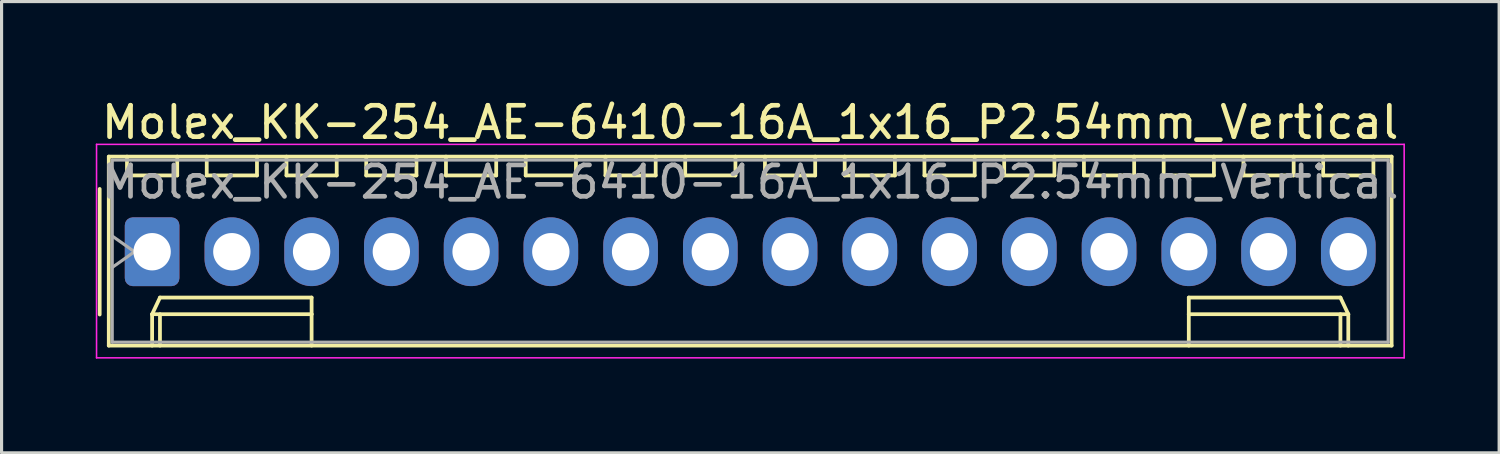
<source format=kicad_pcb>
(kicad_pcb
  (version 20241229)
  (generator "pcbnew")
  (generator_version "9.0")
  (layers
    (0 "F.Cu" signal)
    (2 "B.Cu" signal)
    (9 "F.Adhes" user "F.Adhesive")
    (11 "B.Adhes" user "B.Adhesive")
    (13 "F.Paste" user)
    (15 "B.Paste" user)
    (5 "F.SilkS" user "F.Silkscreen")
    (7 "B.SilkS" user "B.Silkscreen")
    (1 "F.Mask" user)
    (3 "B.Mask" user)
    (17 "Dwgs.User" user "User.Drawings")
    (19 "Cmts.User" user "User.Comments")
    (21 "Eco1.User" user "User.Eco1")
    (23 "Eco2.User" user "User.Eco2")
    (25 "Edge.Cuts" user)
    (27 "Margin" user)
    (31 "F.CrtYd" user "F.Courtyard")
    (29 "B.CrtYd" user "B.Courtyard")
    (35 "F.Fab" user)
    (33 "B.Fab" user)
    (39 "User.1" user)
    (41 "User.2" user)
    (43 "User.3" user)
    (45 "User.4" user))
  (footprint "Molex_KK-254_AE-6410-16A_1x16_P2.54mm_Vertical"
    (layer "F.Cu")
    (at 1.795 4.968)
    (property "Reference" "Molex_KK-254_AE-6410-16A_1x16_P2.54mm_Vertical" (at 19.05 -4.12 0) (layer "F.SilkS") (effects (font (size 1 1) (thickness 0.15))))
    (attr through_hole)
    (fp_line (start -1.67 -2) (end -1.67 2) (stroke (width 0.12) (type solid)) (layer "F.SilkS"))
    (fp_line (start -1.38 -3.03) (end -1.38 2.99) (stroke (width 0.12) (type solid)) (layer "F.SilkS"))
    (fp_line (start -1.38 2.99) (end 39.48 2.99) (stroke (width 0.12) (type solid)) (layer "F.SilkS"))
    (fp_line (start -0.8 -3.03) (end -0.8 -2.43) (stroke (width 0.12) (type solid)) (layer "F.SilkS"))
    (fp_line (start -0.8 -2.43) (end 0.8 -2.43) (stroke (width 0.12) (type solid)) (layer "F.SilkS"))
    (fp_line (start 0 1.99) (end 0.25 1.46) (stroke (width 0.12) (type solid)) (layer "F.SilkS"))
    (fp_line (start 0 1.99) (end 5.08 1.99) (stroke (width 0.12) (type solid)) (layer "F.SilkS"))
    (fp_line (start 0 2.99) (end 0 1.99) (stroke (width 0.12) (type solid)) (layer "F.SilkS"))
    (fp_line (start 0.25 1.46) (end 5.08 1.46) (stroke (width 0.12) (type solid)) (layer "F.SilkS"))
    (fp_line (start 0.25 2.99) (end 0.25 1.99) (stroke (width 0.12) (type solid)) (layer "F.SilkS"))
    (fp_line (start 0.8 -2.43) (end 0.8 -3.03) (stroke (width 0.12) (type solid)) (layer "F.SilkS"))
    (fp_line (start 1.74 -3.03) (end 1.74 -2.43) (stroke (width 0.12) (type solid)) (layer "F.SilkS"))
    (fp_line (start 1.74 -2.43) (end 3.34 -2.43) (stroke (width 0.12) (type solid)) (layer "F.SilkS"))
    (fp_line (start 3.34 -2.43) (end 3.34 -3.03) (stroke (width 0.12) (type solid)) (layer "F.SilkS"))
    (fp_line (start 4.28 -3.03) (end 4.28 -2.43) (stroke (width 0.12) (type solid)) (layer "F.SilkS"))
    (fp_line (start 4.28 -2.43) (end 5.88 -2.43) (stroke (width 0.12) (type solid)) (layer "F.SilkS"))
    (fp_line (start 5.08 1.46) (end 5.08 1.99) (stroke (width 0.12) (type solid)) (layer "F.SilkS"))
    (fp_line (start 5.08 1.99) (end 5.08 2.99) (stroke (width 0.12) (type solid)) (layer "F.SilkS"))
    (fp_line (start 5.88 -2.43) (end 5.88 -3.03) (stroke (width 0.12) (type solid)) (layer "F.SilkS"))
    (fp_line (start 6.82 -3.03) (end 6.82 -2.43) (stroke (width 0.12) (type solid)) (layer "F.SilkS"))
    (fp_line (start 6.82 -2.43) (end 8.42 -2.43) (stroke (width 0.12) (type solid)) (layer "F.SilkS"))
    (fp_line (start 8.42 -2.43) (end 8.42 -3.03) (stroke (width 0.12) (type solid)) (layer "F.SilkS"))
    (fp_line (start 9.36 -3.03) (end 9.36 -2.43) (stroke (width 0.12) (type solid)) (layer "F.SilkS"))
    (fp_line (start 9.36 -2.43) (end 10.96 -2.43) (stroke (width 0.12) (type solid)) (layer "F.SilkS"))
    (fp_line (start 10.96 -2.43) (end 10.96 -3.03) (stroke (width 0.12) (type solid)) (layer "F.SilkS"))
    (fp_line (start 11.9 -3.03) (end 11.9 -2.43) (stroke (width 0.12) (type solid)) (layer "F.SilkS"))
    (fp_line (start 11.9 -2.43) (end 13.5 -2.43) (stroke (width 0.12) (type solid)) (layer "F.SilkS"))
    (fp_line (start 13.5 -2.43) (end 13.5 -3.03) (stroke (width 0.12) (type solid)) (layer "F.SilkS"))
    (fp_line (start 14.44 -3.03) (end 14.44 -2.43) (stroke (width 0.12) (type solid)) (layer "F.SilkS"))
    (fp_line (start 14.44 -2.43) (end 16.04 -2.43) (stroke (width 0.12) (type solid)) (layer "F.SilkS"))
    (fp_line (start 16.04 -2.43) (end 16.04 -3.03) (stroke (width 0.12) (type solid)) (layer "F.SilkS"))
    (fp_line (start 16.98 -3.03) (end 16.98 -2.43) (stroke (width 0.12) (type solid)) (layer "F.SilkS"))
    (fp_line (start 16.98 -2.43) (end 18.58 -2.43) (stroke (width 0.12) (type solid)) (layer "F.SilkS"))
    (fp_line (start 18.58 -2.43) (end 18.58 -3.03) (stroke (width 0.12) (type solid)) (layer "F.SilkS"))
    (fp_line (start 19.52 -3.03) (end 19.52 -2.43) (stroke (width 0.12) (type solid)) (layer "F.SilkS"))
    (fp_line (start 19.52 -2.43) (end 21.12 -2.43) (stroke (width 0.12) (type solid)) (layer "F.SilkS"))
    (fp_line (start 21.12 -2.43) (end 21.12 -3.03) (stroke (width 0.12) (type solid)) (layer "F.SilkS"))
    (fp_line (start 22.06 -3.03) (end 22.06 -2.43) (stroke (width 0.12) (type solid)) (layer "F.SilkS"))
    (fp_line (start 22.06 -2.43) (end 23.66 -2.43) (stroke (width 0.12) (type solid)) (layer "F.SilkS"))
    (fp_line (start 23.66 -2.43) (end 23.66 -3.03) (stroke (width 0.12) (type solid)) (layer "F.SilkS"))
    (fp_line (start 24.6 -3.03) (end 24.6 -2.43) (stroke (width 0.12) (type solid)) (layer "F.SilkS"))
    (fp_line (start 24.6 -2.43) (end 26.2 -2.43) (stroke (width 0.12) (type solid)) (layer "F.SilkS"))
    (fp_line (start 26.2 -2.43) (end 26.2 -3.03) (stroke (width 0.12) (type solid)) (layer "F.SilkS"))
    (fp_line (start 27.14 -3.03) (end 27.14 -2.43) (stroke (width 0.12) (type solid)) (layer "F.SilkS"))
    (fp_line (start 27.14 -2.43) (end 28.74 -2.43) (stroke (width 0.12) (type solid)) (layer "F.SilkS"))
    (fp_line (start 28.74 -2.43) (end 28.74 -3.03) (stroke (width 0.12) (type solid)) (layer "F.SilkS"))
    (fp_line (start 29.68 -3.03) (end 29.68 -2.43) (stroke (width 0.12) (type solid)) (layer "F.SilkS"))
    (fp_line (start 29.68 -2.43) (end 31.28 -2.43) (stroke (width 0.12) (type solid)) (layer "F.SilkS"))
    (fp_line (start 31.28 -2.43) (end 31.28 -3.03) (stroke (width 0.12) (type solid)) (layer "F.SilkS"))
    (fp_line (start 32.22 -3.03) (end 32.22 -2.43) (stroke (width 0.12) (type solid)) (layer "F.SilkS"))
    (fp_line (start 32.22 -2.43) (end 33.82 -2.43) (stroke (width 0.12) (type solid)) (layer "F.SilkS"))
    (fp_line (start 33.02 1.46) (end 33.02 1.99) (stroke (width 0.12) (type solid)) (layer "F.SilkS"))
    (fp_line (start 33.02 1.99) (end 33.02 2.99) (stroke (width 0.12) (type solid)) (layer "F.SilkS"))
    (fp_line (start 33.82 -2.43) (end 33.82 -3.03) (stroke (width 0.12) (type solid)) (layer "F.SilkS"))
    (fp_line (start 34.76 -3.03) (end 34.76 -2.43) (stroke (width 0.12) (type solid)) (layer "F.SilkS"))
    (fp_line (start 34.76 -2.43) (end 36.36 -2.43) (stroke (width 0.12) (type solid)) (layer "F.SilkS"))
    (fp_line (start 36.36 -2.43) (end 36.36 -3.03) (stroke (width 0.12) (type solid)) (layer "F.SilkS"))
    (fp_line (start 37.3 -3.03) (end 37.3 -2.43) (stroke (width 0.12) (type solid)) (layer "F.SilkS"))
    (fp_line (start 37.3 -2.43) (end 38.9 -2.43) (stroke (width 0.12) (type solid)) (layer "F.SilkS"))
    (fp_line (start 37.85 1.46) (end 33.02 1.46) (stroke (width 0.12) (type solid)) (layer "F.SilkS"))
    (fp_line (start 37.85 2.99) (end 37.85 1.99) (stroke (width 0.12) (type solid)) (layer "F.SilkS"))
    (fp_line (start 38.1 1.99) (end 33.02 1.99) (stroke (width 0.12) (type solid)) (layer "F.SilkS"))
    (fp_line (start 38.1 1.99) (end 37.85 1.46) (stroke (width 0.12) (type solid)) (layer "F.SilkS"))
    (fp_line (start 38.1 2.99) (end 38.1 1.99) (stroke (width 0.12) (type solid)) (layer "F.SilkS"))
    (fp_line (start 38.9 -2.43) (end 38.9 -3.03) (stroke (width 0.12) (type solid)) (layer "F.SilkS"))
    (fp_line (start 39.48 -3.03) (end -1.38 -3.03) (stroke (width 0.12) (type solid)) (layer "F.SilkS"))
    (fp_line (start 39.48 2.99) (end 39.48 -3.03) (stroke (width 0.12) (type solid)) (layer "F.SilkS"))
    (fp_line (start -1.77 -3.42) (end -1.77 3.38) (stroke (width 0.05) (type solid)) (layer "F.CrtYd"))
    (fp_line (start -1.77 3.38) (end 39.88 3.38) (stroke (width 0.05) (type solid)) (layer "F.CrtYd"))
    (fp_line (start 39.88 -3.42) (end -1.77 -3.42) (stroke (width 0.05) (type solid)) (layer "F.CrtYd"))
    (fp_line (start 39.88 3.38) (end 39.88 -3.42) (stroke (width 0.05) (type solid)) (layer "F.CrtYd"))
    (fp_line (start -1.27 -2.92) (end -1.27 2.88) (stroke (width 0.1) (type solid)) (layer "F.Fab"))
    (fp_line (start -1.27 -0.5) (end -0.563 0) (stroke (width 0.1) (type solid)) (layer "F.Fab"))
    (fp_line (start -1.27 2.88) (end 39.37 2.88) (stroke (width 0.1) (type solid)) (layer "F.Fab"))
    (fp_line (start -0.563 0) (end -1.27 0.5) (stroke (width 0.1) (type solid)) (layer "F.Fab"))
    (fp_line (start 39.37 -2.92) (end -1.27 -2.92) (stroke (width 0.1) (type solid)) (layer "F.Fab"))
    (fp_line (start 39.37 2.88) (end 39.37 -2.92) (stroke (width 0.1) (type solid)) (layer "F.Fab"))
    (fp_text user "${REFERENCE}" (at 19.05 -2.22 0) (layer "F.Fab") (effects (font (size 1 1) (thickness 0.15))))
    (pad "1" thru_hole roundrect (at 0 0) (size 1.74 2.19) (drill 1.19) (layers "*.Cu" "*.Mask") (roundrect_rratio 0.144))
    (pad "2" thru_hole oval (at 2.54 0) (size 1.74 2.19) (drill 1.19) (layers "*.Cu" "*.Mask"))
    (pad "3" thru_hole oval (at 5.08 0) (size 1.74 2.19) (drill 1.19) (layers "*.Cu" "*.Mask"))
    (pad "4" thru_hole oval (at 7.62 0) (size 1.74 2.19) (drill 1.19) (layers "*.Cu" "*.Mask"))
    (pad "5" thru_hole oval (at 10.16 0) (size 1.74 2.19) (drill 1.19) (layers "*.Cu" "*.Mask"))
    (pad "6" thru_hole oval (at 12.7 0) (size 1.74 2.19) (drill 1.19) (layers "*.Cu" "*.Mask"))
    (pad "7" thru_hole oval (at 15.24 0) (size 1.74 2.19) (drill 1.19) (layers "*.Cu" "*.Mask"))
    (pad "8" thru_hole oval (at 17.78 0) (size 1.74 2.19) (drill 1.19) (layers "*.Cu" "*.Mask"))
    (pad "9" thru_hole oval (at 20.32 0) (size 1.74 2.19) (drill 1.19) (layers "*.Cu" "*.Mask"))
    (pad "10" thru_hole oval (at 22.86 0) (size 1.74 2.19) (drill 1.19) (layers "*.Cu" "*.Mask"))
    (pad "11" thru_hole oval (at 25.4 0) (size 1.74 2.19) (drill 1.19) (layers "*.Cu" "*.Mask"))
    (pad "12" thru_hole oval (at 27.94 0) (size 1.74 2.19) (drill 1.19) (layers "*.Cu" "*.Mask"))
    (pad "13" thru_hole oval (at 30.48 0) (size 1.74 2.19) (drill 1.19) (layers "*.Cu" "*.Mask"))
    (pad "14" thru_hole oval (at 33.02 0) (size 1.74 2.19) (drill 1.19) (layers "*.Cu" "*.Mask"))
    (pad "15" thru_hole oval (at 35.56 0) (size 1.74 2.19) (drill 1.19) (layers "*.Cu" "*.Mask"))
    (pad "16" thru_hole oval (at 38.1 0) (size 1.74 2.19) (drill 1.19) (layers "*.Cu" "*.Mask")))
  (gr_rect
    (start -3 -3)
    (end 44.7 11.373)
    (stroke (width 0.1) (type default))
    (fill no)
    (layer "Edge.Cuts")))
</source>
